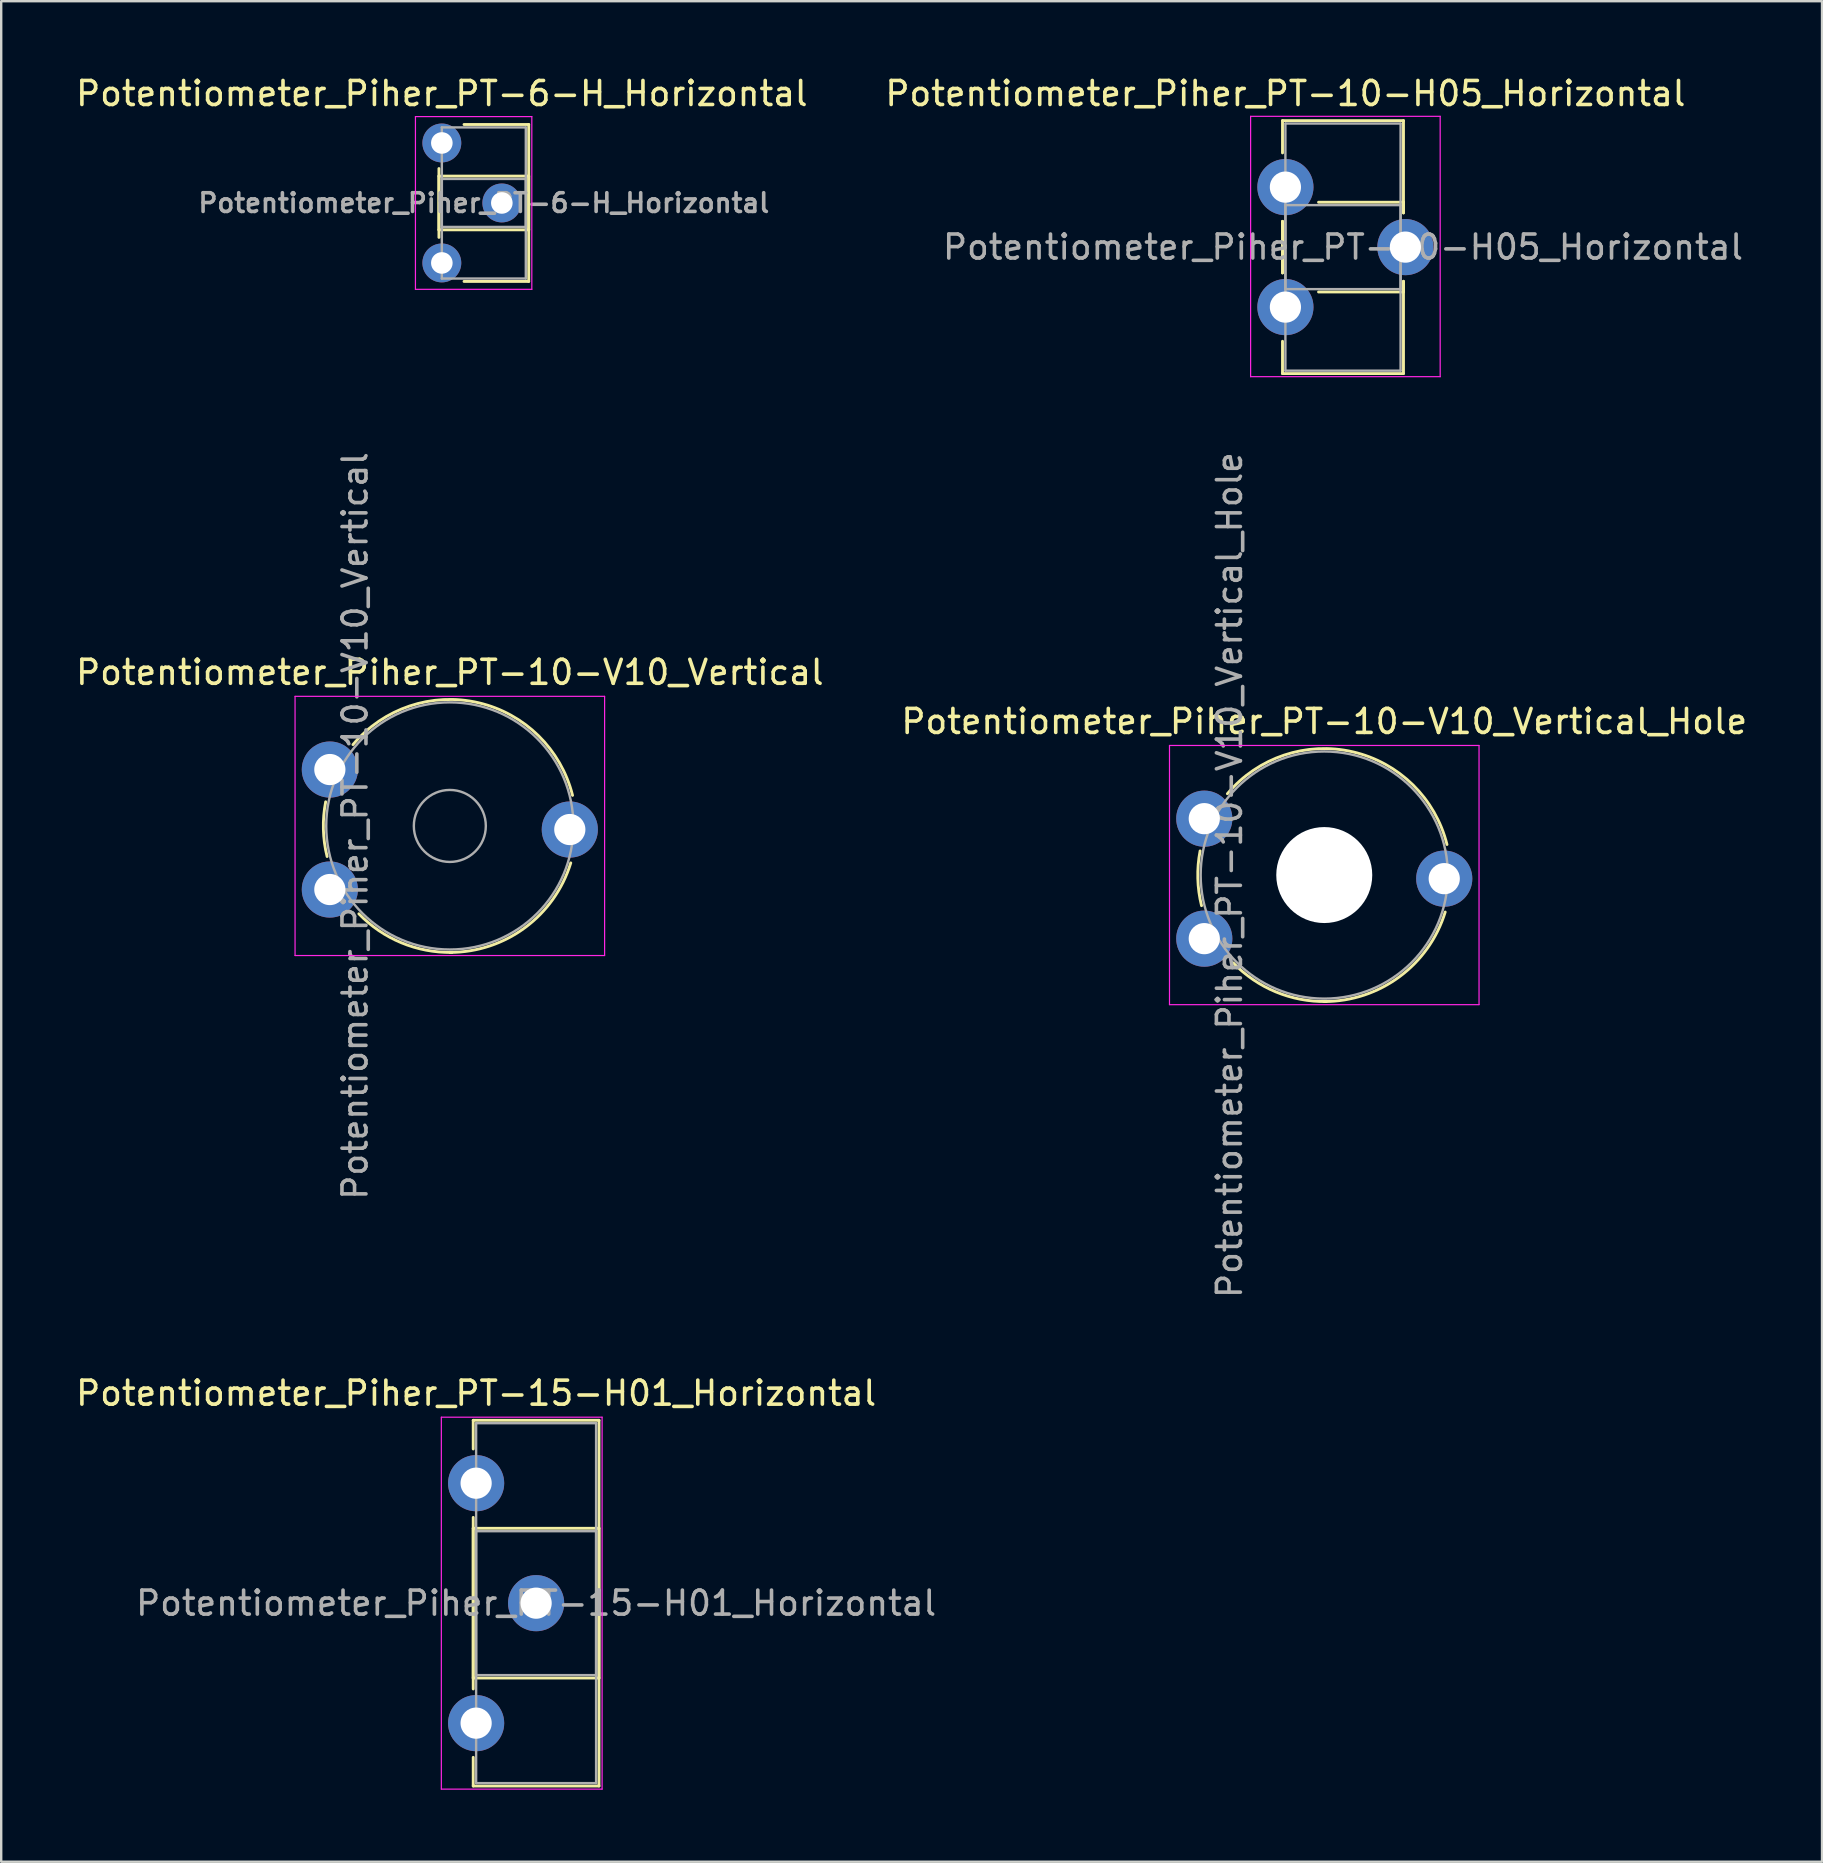
<source format=kicad_pcb>
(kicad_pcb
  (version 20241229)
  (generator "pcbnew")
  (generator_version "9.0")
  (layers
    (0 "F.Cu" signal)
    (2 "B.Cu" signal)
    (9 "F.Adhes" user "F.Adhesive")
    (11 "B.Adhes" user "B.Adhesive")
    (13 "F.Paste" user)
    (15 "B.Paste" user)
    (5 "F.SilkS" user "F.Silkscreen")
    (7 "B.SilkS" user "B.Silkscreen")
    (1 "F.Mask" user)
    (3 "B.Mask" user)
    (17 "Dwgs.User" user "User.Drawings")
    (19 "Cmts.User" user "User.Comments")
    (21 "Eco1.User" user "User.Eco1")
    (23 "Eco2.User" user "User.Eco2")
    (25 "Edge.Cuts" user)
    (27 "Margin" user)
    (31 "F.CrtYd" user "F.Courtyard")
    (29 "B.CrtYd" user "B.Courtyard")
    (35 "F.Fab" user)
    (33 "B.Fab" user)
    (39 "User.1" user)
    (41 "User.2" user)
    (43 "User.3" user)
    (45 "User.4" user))
  (footprint "Potentiometer_Piher_PT-6-H_Horizontal"
    (layer "F.Cu")
    (at 15.363 2.908)
    (property "Reference" "Potentiometer_Piher_PT-6-H_Horizontal" (at 0 -2.06 0) (layer "F.SilkS") (effects (font (size 1 1) (thickness 0.15))))
    (attr through_hole)
    (fp_line (start -0.121 1.066) (end -0.121 3.935) (stroke (width 0.12) (type solid)) (layer "F.SilkS"))
    (fp_line (start -0.121 1.38) (end -0.121 3.62) (stroke (width 0.12) (type solid)) (layer "F.SilkS"))
    (fp_line (start -0.121 1.38) (end 3.62 1.38) (stroke (width 0.12) (type solid)) (layer "F.SilkS"))
    (fp_line (start -0.121 3.62) (end 3.62 3.62) (stroke (width 0.12) (type solid)) (layer "F.SilkS"))
    (fp_line (start 0.925 -0.77) (end 3.62 -0.77) (stroke (width 0.12) (type solid)) (layer "F.SilkS"))
    (fp_line (start 0.925 5.77) (end 3.62 5.77) (stroke (width 0.12) (type solid)) (layer "F.SilkS"))
    (fp_line (start 3.62 -0.77) (end 3.62 5.77) (stroke (width 0.12) (type solid)) (layer "F.SilkS"))
    (fp_line (start 3.62 1.38) (end 3.62 3.62) (stroke (width 0.12) (type solid)) (layer "F.SilkS"))
    (fp_line (start -1.1 -1.1) (end -1.1 6.1) (stroke (width 0.05) (type solid)) (layer "F.CrtYd"))
    (fp_line (start -1.1 6.1) (end 3.75 6.1) (stroke (width 0.05) (type solid)) (layer "F.CrtYd"))
    (fp_line (start 3.75 -1.1) (end -1.1 -1.1) (stroke (width 0.05) (type solid)) (layer "F.CrtYd"))
    (fp_line (start 3.75 6.1) (end 3.75 -1.1) (stroke (width 0.05) (type solid)) (layer "F.CrtYd"))
    (fp_line (start 0 -0.65) (end 3.5 -0.65) (stroke (width 0.1) (type solid)) (layer "F.Fab"))
    (fp_line (start 0 1.5) (end 0 3.5) (stroke (width 0.1) (type solid)) (layer "F.Fab"))
    (fp_line (start 0 3.5) (end 3.5 3.5) (stroke (width 0.1) (type solid)) (layer "F.Fab"))
    (fp_line (start 0 5.65) (end 0 -0.65) (stroke (width 0.1) (type solid)) (layer "F.Fab"))
    (fp_line (start 3.5 -0.65) (end 3.5 5.65) (stroke (width 0.1) (type solid)) (layer "F.Fab"))
    (fp_line (start 3.5 1.5) (end 0 1.5) (stroke (width 0.1) (type solid)) (layer "F.Fab"))
    (fp_line (start 3.5 3.5) (end 3.5 1.5) (stroke (width 0.1) (type solid)) (layer "F.Fab"))
    (fp_line (start 3.5 5.65) (end 0 5.65) (stroke (width 0.1) (type solid)) (layer "F.Fab"))
    (fp_text user "${REFERENCE}" (at 1.75 2.5 0) (layer "F.Fab") (effects (font (size 0.78 0.78) (thickness 0.15))))
    (pad "1" thru_hole circle (at 0 0) (size 1.62 1.62) (drill 0.9) (layers "*.Cu" "*.Mask"))
    (pad "2" thru_hole circle (at 2.5 2.5) (size 1.62 1.62) (drill 0.9) (layers "*.Cu" "*.Mask"))
    (pad "3" thru_hole circle (at 0 5) (size 1.62 1.62) (drill 0.9) (layers "*.Cu" "*.Mask")))
  (footprint "Potentiometer_Piher_PT-10-H05_Horizontal"
    (layer "F.Cu")
    (at 50.518 4.748)
    (property "Reference" "Potentiometer_Piher_PT-10-H05_Horizontal" (at 0 -3.9 0) (layer "F.SilkS") (effects (font (size 1 1) (thickness 0.15))))
    (attr through_hole)
    (fp_line (start -0.121 -2.771) (end -0.121 -1.426) (stroke (width 0.12) (type solid)) (layer "F.SilkS"))
    (fp_line (start -0.121 -2.771) (end 4.92 -2.771) (stroke (width 0.12) (type solid)) (layer "F.SilkS"))
    (fp_line (start -0.121 1.426) (end -0.121 3.575) (stroke (width 0.12) (type solid)) (layer "F.SilkS"))
    (fp_line (start -0.121 1.426) (end -0.121 3.575) (stroke (width 0.12) (type solid)) (layer "F.SilkS"))
    (fp_line (start -0.121 6.425) (end -0.121 7.77) (stroke (width 0.12) (type solid)) (layer "F.SilkS"))
    (fp_line (start -0.121 7.77) (end 4.92 7.77) (stroke (width 0.12) (type solid)) (layer "F.SilkS"))
    (fp_line (start 1.381 0.63) (end 4.92 0.63) (stroke (width 0.12) (type solid)) (layer "F.SilkS"))
    (fp_line (start 1.381 4.37) (end 4.92 4.37) (stroke (width 0.12) (type solid)) (layer "F.SilkS"))
    (fp_line (start 4.92 -2.771) (end 4.92 1.075) (stroke (width 0.12) (type solid)) (layer "F.SilkS"))
    (fp_line (start 4.92 0.63) (end 4.92 1.075) (stroke (width 0.12) (type solid)) (layer "F.SilkS"))
    (fp_line (start 4.92 3.925) (end 4.92 4.37) (stroke (width 0.12) (type solid)) (layer "F.SilkS"))
    (fp_line (start 4.92 3.925) (end 4.92 7.77) (stroke (width 0.12) (type solid)) (layer "F.SilkS"))
    (fp_line (start -1.45 -2.95) (end -1.45 7.9) (stroke (width 0.05) (type solid)) (layer "F.CrtYd"))
    (fp_line (start -1.45 7.9) (end 6.45 7.9) (stroke (width 0.05) (type solid)) (layer "F.CrtYd"))
    (fp_line (start 6.45 -2.95) (end -1.45 -2.95) (stroke (width 0.05) (type solid)) (layer "F.CrtYd"))
    (fp_line (start 6.45 7.9) (end 6.45 -2.95) (stroke (width 0.05) (type solid)) (layer "F.CrtYd"))
    (fp_line (start 0 -2.65) (end 4.8 -2.65) (stroke (width 0.1) (type solid)) (layer "F.Fab"))
    (fp_line (start 0 0.75) (end 0 4.25) (stroke (width 0.1) (type solid)) (layer "F.Fab"))
    (fp_line (start 0 4.25) (end 4.8 4.25) (stroke (width 0.1) (type solid)) (layer "F.Fab"))
    (fp_line (start 0 7.65) (end 0 -2.65) (stroke (width 0.1) (type solid)) (layer "F.Fab"))
    (fp_line (start 4.8 -2.65) (end 4.8 7.65) (stroke (width 0.1) (type solid)) (layer "F.Fab"))
    (fp_line (start 4.8 0.75) (end 0 0.75) (stroke (width 0.1) (type solid)) (layer "F.Fab"))
    (fp_line (start 4.8 4.25) (end 4.8 0.75) (stroke (width 0.1) (type solid)) (layer "F.Fab"))
    (fp_line (start 4.8 7.65) (end 0 7.65) (stroke (width 0.1) (type solid)) (layer "F.Fab"))
    (fp_text user "${REFERENCE}" (at 2.4 2.5 0) (layer "F.Fab") (effects (font (size 1 1) (thickness 0.15))))
    (pad "1" thru_hole circle (at 0 0) (size 2.34 2.34) (drill 1.3) (layers "*.Cu" "*.Mask"))
    (pad "2" thru_hole circle (at 5 2.5) (size 2.34 2.34) (drill 1.3) (layers "*.Cu" "*.Mask"))
    (pad "3" thru_hole circle (at 0 5) (size 2.34 2.34) (drill 1.3) (layers "*.Cu" "*.Mask")))
  (footprint "Potentiometer_Piher_PT-10-V10_Vertical_Hole"
    (layer "F.Cu")
    (at 47.137 36.067)
    (property "Reference" "Potentiometer_Piher_PT-10-V10_Vertical_Hole" (at 5 -9.05 0) (layer "F.SilkS") (effects (font (size 1 1) (thickness 0.15))))
    (attr through_hole)
    (fp_arc (start -0.11439 -1.375119) (mid -0.269093 -2.512295) (end -0.174 -3.656) (stroke (width 0.12) (type solid)) (layer "F.SilkS"))
    (fp_arc (start 0.963379 -6.038474) (mid 6.186565 -7.784991) (end 10.114 -3.924) (stroke (width 0.12) (type solid)) (layer "F.SilkS"))
    (fp_arc (start 5.09203 2.619358) (mid 2.983245 2.219015) (end 1.209 1.011) (stroke (width 0.12) (type solid)) (layer "F.SilkS"))
    (fp_arc (start 10.039726 -1.109201) (mid 8.134716 1.586326) (end 5 2.62) (stroke (width 0.12) (type solid)) (layer "F.SilkS"))
    (fp_line (start -1.45 -8.05) (end -1.45 2.75) (stroke (width 0.05) (type solid)) (layer "F.CrtYd"))
    (fp_line (start -1.45 2.75) (end 11.45 2.75) (stroke (width 0.05) (type solid)) (layer "F.CrtYd"))
    (fp_line (start 11.45 -8.05) (end -1.45 -8.05) (stroke (width 0.05) (type solid)) (layer "F.CrtYd"))
    (fp_line (start 11.45 2.75) (end 11.45 -8.05) (stroke (width 0.05) (type solid)) (layer "F.CrtYd"))
    (fp_circle (center 5 -2.65) (end 10.15 -2.65) (stroke (width 0.1) (type solid)) (fill no) (layer "F.Fab"))
    (fp_text user "${REFERENCE}" (at 1.05 -2.65 90) (layer "F.Fab") (effects (font (size 1 1) (thickness 0.15))))
    (pad "" np_thru_hole circle (at 5 -2.65) (size 4 4) (drill 4) (layers "*.Cu" "*.Mask"))
    (pad "1" thru_hole circle (at 0 0) (size 2.34 2.34) (drill 1.3) (layers "*.Cu" "*.Mask"))
    (pad "2" thru_hole circle (at 10 -2.5) (size 2.34 2.34) (drill 1.3) (layers "*.Cu" "*.Mask"))
    (pad "3" thru_hole circle (at 0 -5) (size 2.34 2.34) (drill 1.3) (layers "*.Cu" "*.Mask")))
  (footprint "Potentiometer_Piher_PT-10-V10_Vertical"
    (layer "F.Cu")
    (at 10.696 34.02)
    (property "Reference" "Potentiometer_Piher_PT-10-V10_Vertical" (at 5 -9.05 0) (layer "F.SilkS") (effects (font (size 1 1) (thickness 0.15))))
    (attr through_hole)
    (fp_arc (start -0.11439 -1.375119) (mid -0.269093 -2.512295) (end -0.174 -3.656) (stroke (width 0.12) (type solid)) (layer "F.SilkS"))
    (fp_arc (start 0.963379 -6.038474) (mid 6.186565 -7.784991) (end 10.114 -3.924) (stroke (width 0.12) (type solid)) (layer "F.SilkS"))
    (fp_arc (start 5.09203 2.619358) (mid 2.983245 2.219015) (end 1.209 1.011) (stroke (width 0.12) (type solid)) (layer "F.SilkS"))
    (fp_arc (start 10.039726 -1.109201) (mid 8.134716 1.586326) (end 5 2.62) (stroke (width 0.12) (type solid)) (layer "F.SilkS"))
    (fp_line (start -1.45 -8.05) (end -1.45 2.75) (stroke (width 0.05) (type solid)) (layer "F.CrtYd"))
    (fp_line (start -1.45 2.75) (end 11.45 2.75) (stroke (width 0.05) (type solid)) (layer "F.CrtYd"))
    (fp_line (start 11.45 -8.05) (end -1.45 -8.05) (stroke (width 0.05) (type solid)) (layer "F.CrtYd"))
    (fp_line (start 11.45 2.75) (end 11.45 -8.05) (stroke (width 0.05) (type solid)) (layer "F.CrtYd"))
    (fp_circle (center 5 -2.65) (end 6.5 -2.65) (stroke (width 0.1) (type solid)) (fill no) (layer "F.Fab"))
    (fp_circle (center 5 -2.65) (end 10.15 -2.65) (stroke (width 0.1) (type solid)) (fill no) (layer "F.Fab"))
    (fp_text user "${REFERENCE}" (at 1.05 -2.65 90) (layer "F.Fab") (effects (font (size 1 1) (thickness 0.15))))
    (pad "1" thru_hole circle (at 0 0) (size 2.34 2.34) (drill 1.3) (layers "*.Cu" "*.Mask"))
    (pad "2" thru_hole circle (at 10 -2.5) (size 2.34 2.34) (drill 1.3) (layers "*.Cu" "*.Mask"))
    (pad "3" thru_hole circle (at 0 -5) (size 2.34 2.34) (drill 1.3) (layers "*.Cu" "*.Mask")))
  (footprint "Potentiometer_Piher_PT-15-H01_Horizontal"
    (layer "F.Cu")
    (at 16.792 58.76)
    (property "Reference" "Potentiometer_Piher_PT-15-H01_Horizontal" (at 0 -3.75 0) (layer "F.SilkS") (effects (font (size 1 1) (thickness 0.15))))
    (attr through_hole)
    (fp_line (start -0.121 -2.62) (end -0.121 -1.426) (stroke (width 0.12) (type solid)) (layer "F.SilkS"))
    (fp_line (start -0.121 -2.62) (end 5.12 -2.62) (stroke (width 0.12) (type solid)) (layer "F.SilkS"))
    (fp_line (start -0.121 1.426) (end -0.121 8.575) (stroke (width 0.12) (type solid)) (layer "F.SilkS"))
    (fp_line (start -0.121 1.88) (end -0.121 8.121) (stroke (width 0.12) (type solid)) (layer "F.SilkS"))
    (fp_line (start -0.121 1.88) (end 5.12 1.88) (stroke (width 0.12) (type solid)) (layer "F.SilkS"))
    (fp_line (start -0.121 8.121) (end 5.12 8.121) (stroke (width 0.12) (type solid)) (layer "F.SilkS"))
    (fp_line (start -0.121 11.425) (end -0.121 12.62) (stroke (width 0.12) (type solid)) (layer "F.SilkS"))
    (fp_line (start -0.121 12.62) (end 5.12 12.62) (stroke (width 0.12) (type solid)) (layer "F.SilkS"))
    (fp_line (start 5.12 -2.62) (end 5.12 12.62) (stroke (width 0.12) (type solid)) (layer "F.SilkS"))
    (fp_line (start 5.12 1.88) (end 5.12 8.121) (stroke (width 0.12) (type solid)) (layer "F.SilkS"))
    (fp_line (start -1.45 -2.75) (end -1.45 12.75) (stroke (width 0.05) (type solid)) (layer "F.CrtYd"))
    (fp_line (start -1.45 12.75) (end 5.25 12.75) (stroke (width 0.05) (type solid)) (layer "F.CrtYd"))
    (fp_line (start 5.25 -2.75) (end -1.45 -2.75) (stroke (width 0.05) (type solid)) (layer "F.CrtYd"))
    (fp_line (start 5.25 12.75) (end 5.25 -2.75) (stroke (width 0.05) (type solid)) (layer "F.CrtYd"))
    (fp_line (start 0 -2.5) (end 5 -2.5) (stroke (width 0.1) (type solid)) (layer "F.Fab"))
    (fp_line (start 0 2) (end 0 8) (stroke (width 0.1) (type solid)) (layer "F.Fab"))
    (fp_line (start 0 8) (end 5 8) (stroke (width 0.1) (type solid)) (layer "F.Fab"))
    (fp_line (start 0 12.5) (end 0 -2.5) (stroke (width 0.1) (type solid)) (layer "F.Fab"))
    (fp_line (start 5 -2.5) (end 5 12.5) (stroke (width 0.1) (type solid)) (layer "F.Fab"))
    (fp_line (start 5 2) (end 0 2) (stroke (width 0.1) (type solid)) (layer "F.Fab"))
    (fp_line (start 5 8) (end 5 2) (stroke (width 0.1) (type solid)) (layer "F.Fab"))
    (fp_line (start 5 12.5) (end 0 12.5) (stroke (width 0.1) (type solid)) (layer "F.Fab"))
    (fp_text user "${REFERENCE}" (at 2.5 5 0) (layer "F.Fab") (effects (font (size 1 1) (thickness 0.15))))
    (pad "1" thru_hole circle (at 0 0) (size 2.34 2.34) (drill 1.3) (layers "*.Cu" "*.Mask"))
    (pad "2" thru_hole circle (at 2.5 5) (size 2.34 2.34) (drill 1.3) (layers "*.Cu" "*.Mask"))
    (pad "3" thru_hole circle (at 0 10) (size 2.34 2.34) (drill 1.3) (layers "*.Cu" "*.Mask")))
  (gr_rect
    (start -3 -3)
    (end 72.881 74.535)
    (stroke (width 0.1) (type default))
    (fill no)
    (layer "Edge.Cuts")))
</source>
